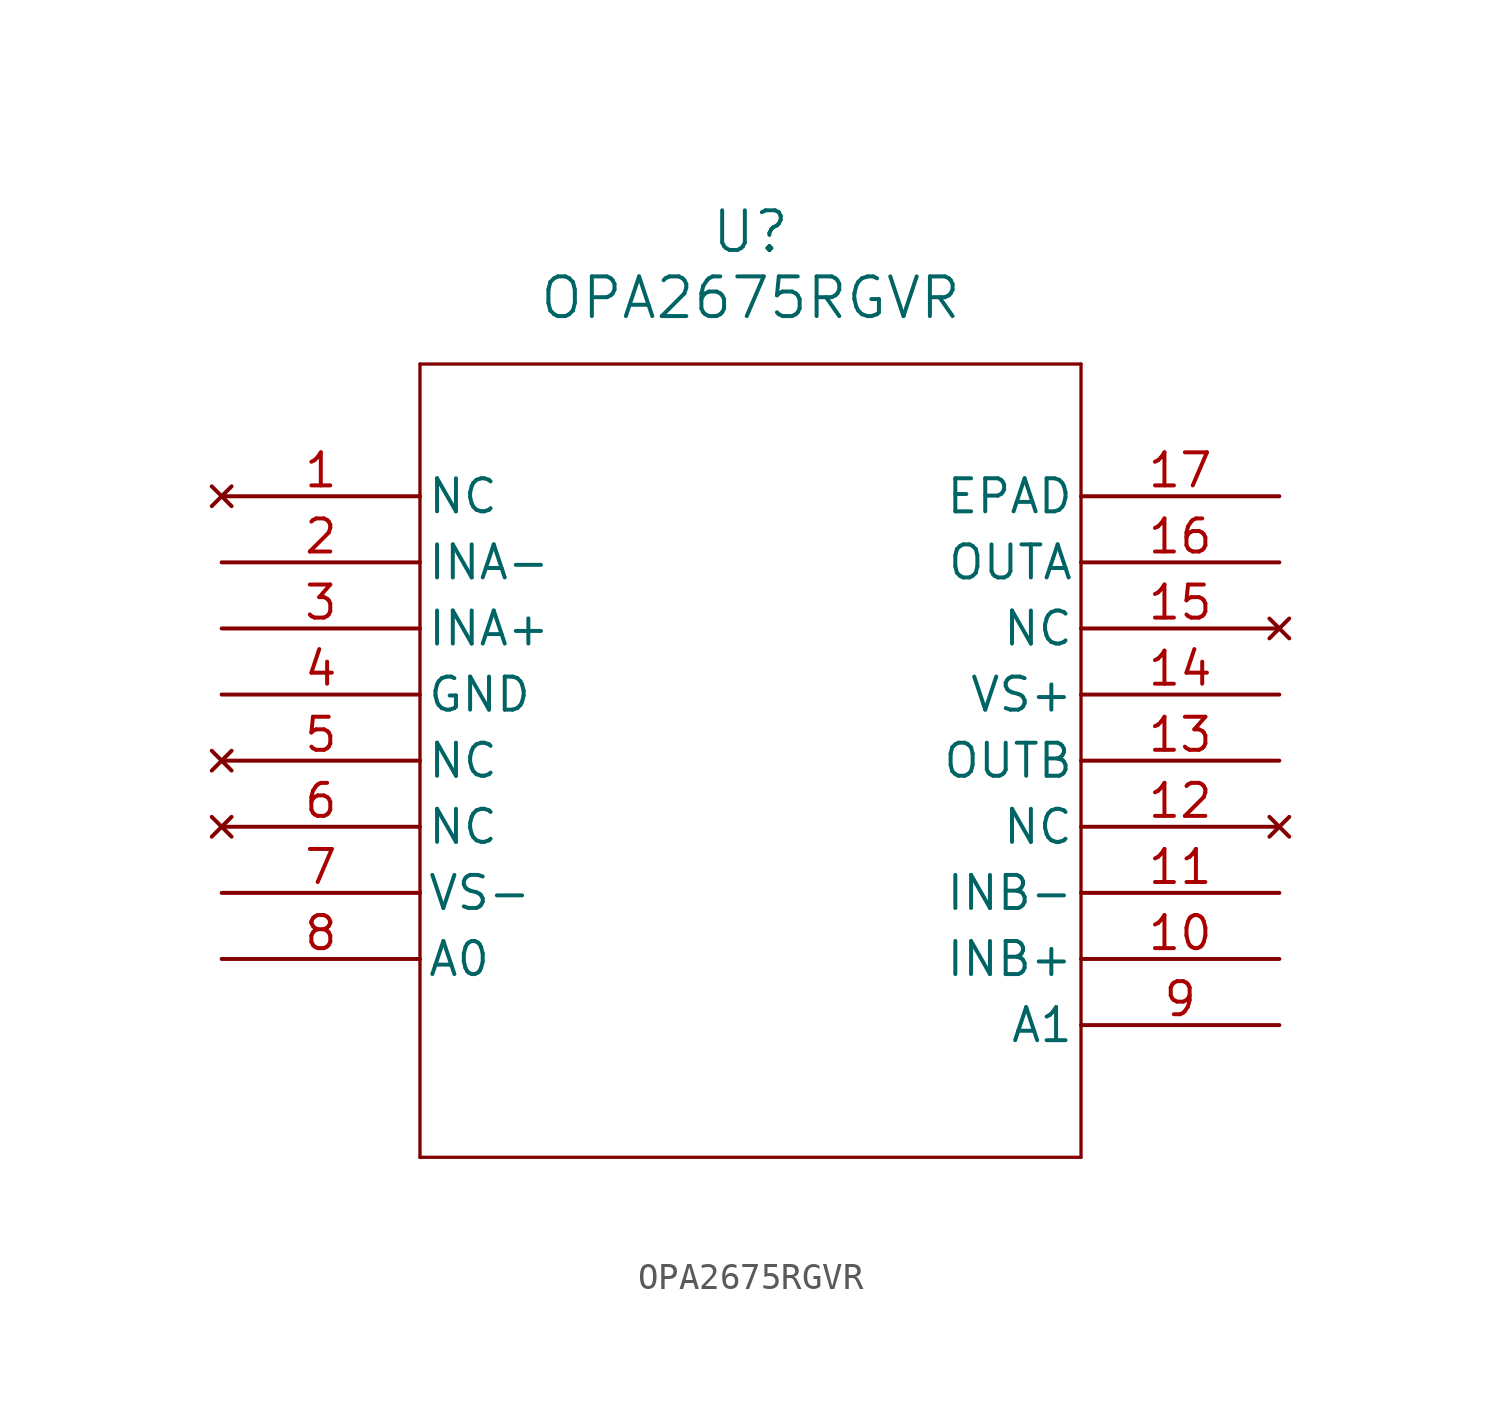
<source format=kicad_sym>
(kicad_symbol_lib
  (version 20211014)
  (generator kicad_symbol_editor)
  (symbol "OPA2675RGVR"
    (pin_names
      (offset 0.254))
    (property "Reference" "U"
      (at 20.32 10.16 0)
      (effects (font (size 1.524 1.524))))
    (property "Value" "OPA2675RGVR"
      (at 20.32 7.62 0)
      (effects (font (size 1.524 1.524))))
    (symbol "OPA2675RGVR_0_1"
      (polyline (pts (xy 7.62 5.08) (xy 7.62 -25.4)) (stroke (width 0.127) (type default) (color 0 0 0 0)) (fill (type none)))
      (polyline (pts (xy 7.62 -25.4) (xy 33.02 -25.4)) (stroke (width 0.127) (type default) (color 0 0 0 0)) (fill (type none)))
      (polyline (pts (xy 33.02 -25.4) (xy 33.02 5.08)) (stroke (width 0.127) (type default) (color 0 0 0 0)) (fill (type none)))
      (polyline (pts (xy 33.02 5.08) (xy 7.62 5.08)) (stroke (width 0.127) (type default) (color 0 0 0 0)) (fill (type none)))
      (pin no_connect line (at 0 0 0) (length 7.62) (name "NC" (effects (font (size 1.27 1.27)))) (number "1" (effects (font (size 1.27 1.27)))))
      (pin input line (at 0 -2.54 0) (length 7.62) (name "INA-" (effects (font (size 1.27 1.27)))) (number "2" (effects (font (size 1.27 1.27)))))
      (pin input line (at 0 -5.08 0) (length 7.62) (name "INA+" (effects (font (size 1.27 1.27)))) (number "3" (effects (font (size 1.27 1.27)))))
      (pin power_in line (at 0 -7.62 0) (length 7.62) (name "GND" (effects (font (size 1.27 1.27)))) (number "4" (effects (font (size 1.27 1.27)))))
      (pin no_connect line (at 0 -10.16 0) (length 7.62) (name "NC" (effects (font (size 1.27 1.27)))) (number "5" (effects (font (size 1.27 1.27)))))
      (pin no_connect line (at 0 -12.7 0) (length 7.62) (name "NC" (effects (font (size 1.27 1.27)))) (number "6" (effects (font (size 1.27 1.27)))))
      (pin power_in line (at 0 -15.24 0) (length 7.62) (name "VS-" (effects (font (size 1.27 1.27)))) (number "7" (effects (font (size 1.27 1.27)))))
      (pin input line (at 0 -17.78 0) (length 7.62) (name "A0" (effects (font (size 1.27 1.27)))) (number "8" (effects (font (size 1.27 1.27)))))
      (pin input line (at 40.64 -20.32 180) (length 7.62) (name "A1" (effects (font (size 1.27 1.27)))) (number "9" (effects (font (size 1.27 1.27)))))
      (pin input line (at 40.64 -17.78 180) (length 7.62) (name "INB+" (effects (font (size 1.27 1.27)))) (number "10" (effects (font (size 1.27 1.27)))))
      (pin input line (at 40.64 -15.24 180) (length 7.62) (name "INB-" (effects (font (size 1.27 1.27)))) (number "11" (effects (font (size 1.27 1.27)))))
      (pin no_connect line (at 40.64 -12.7 180) (length 7.62) (name "NC" (effects (font (size 1.27 1.27)))) (number "12" (effects (font (size 1.27 1.27)))))
      (pin output line (at 40.64 -10.16 180) (length 7.62) (name "OUTB" (effects (font (size 1.27 1.27)))) (number "13" (effects (font (size 1.27 1.27)))))
      (pin power_in line (at 40.64 -7.62 180) (length 7.62) (name "VS+" (effects (font (size 1.27 1.27)))) (number "14" (effects (font (size 1.27 1.27)))))
      (pin no_connect line (at 40.64 -5.08 180) (length 7.62) (name "NC" (effects (font (size 1.27 1.27)))) (number "15" (effects (font (size 1.27 1.27)))))
      (pin output line (at 40.64 -2.54 180) (length 7.62) (name "OUTA" (effects (font (size 1.27 1.27)))) (number "16" (effects (font (size 1.27 1.27)))))
      (pin unspecified line (at 40.64 0 180) (length 7.62) (name "EPAD" (effects (font (size 1.27 1.27)))) (number "17" (effects (font (size 1.27 1.27))))))))
</source>
